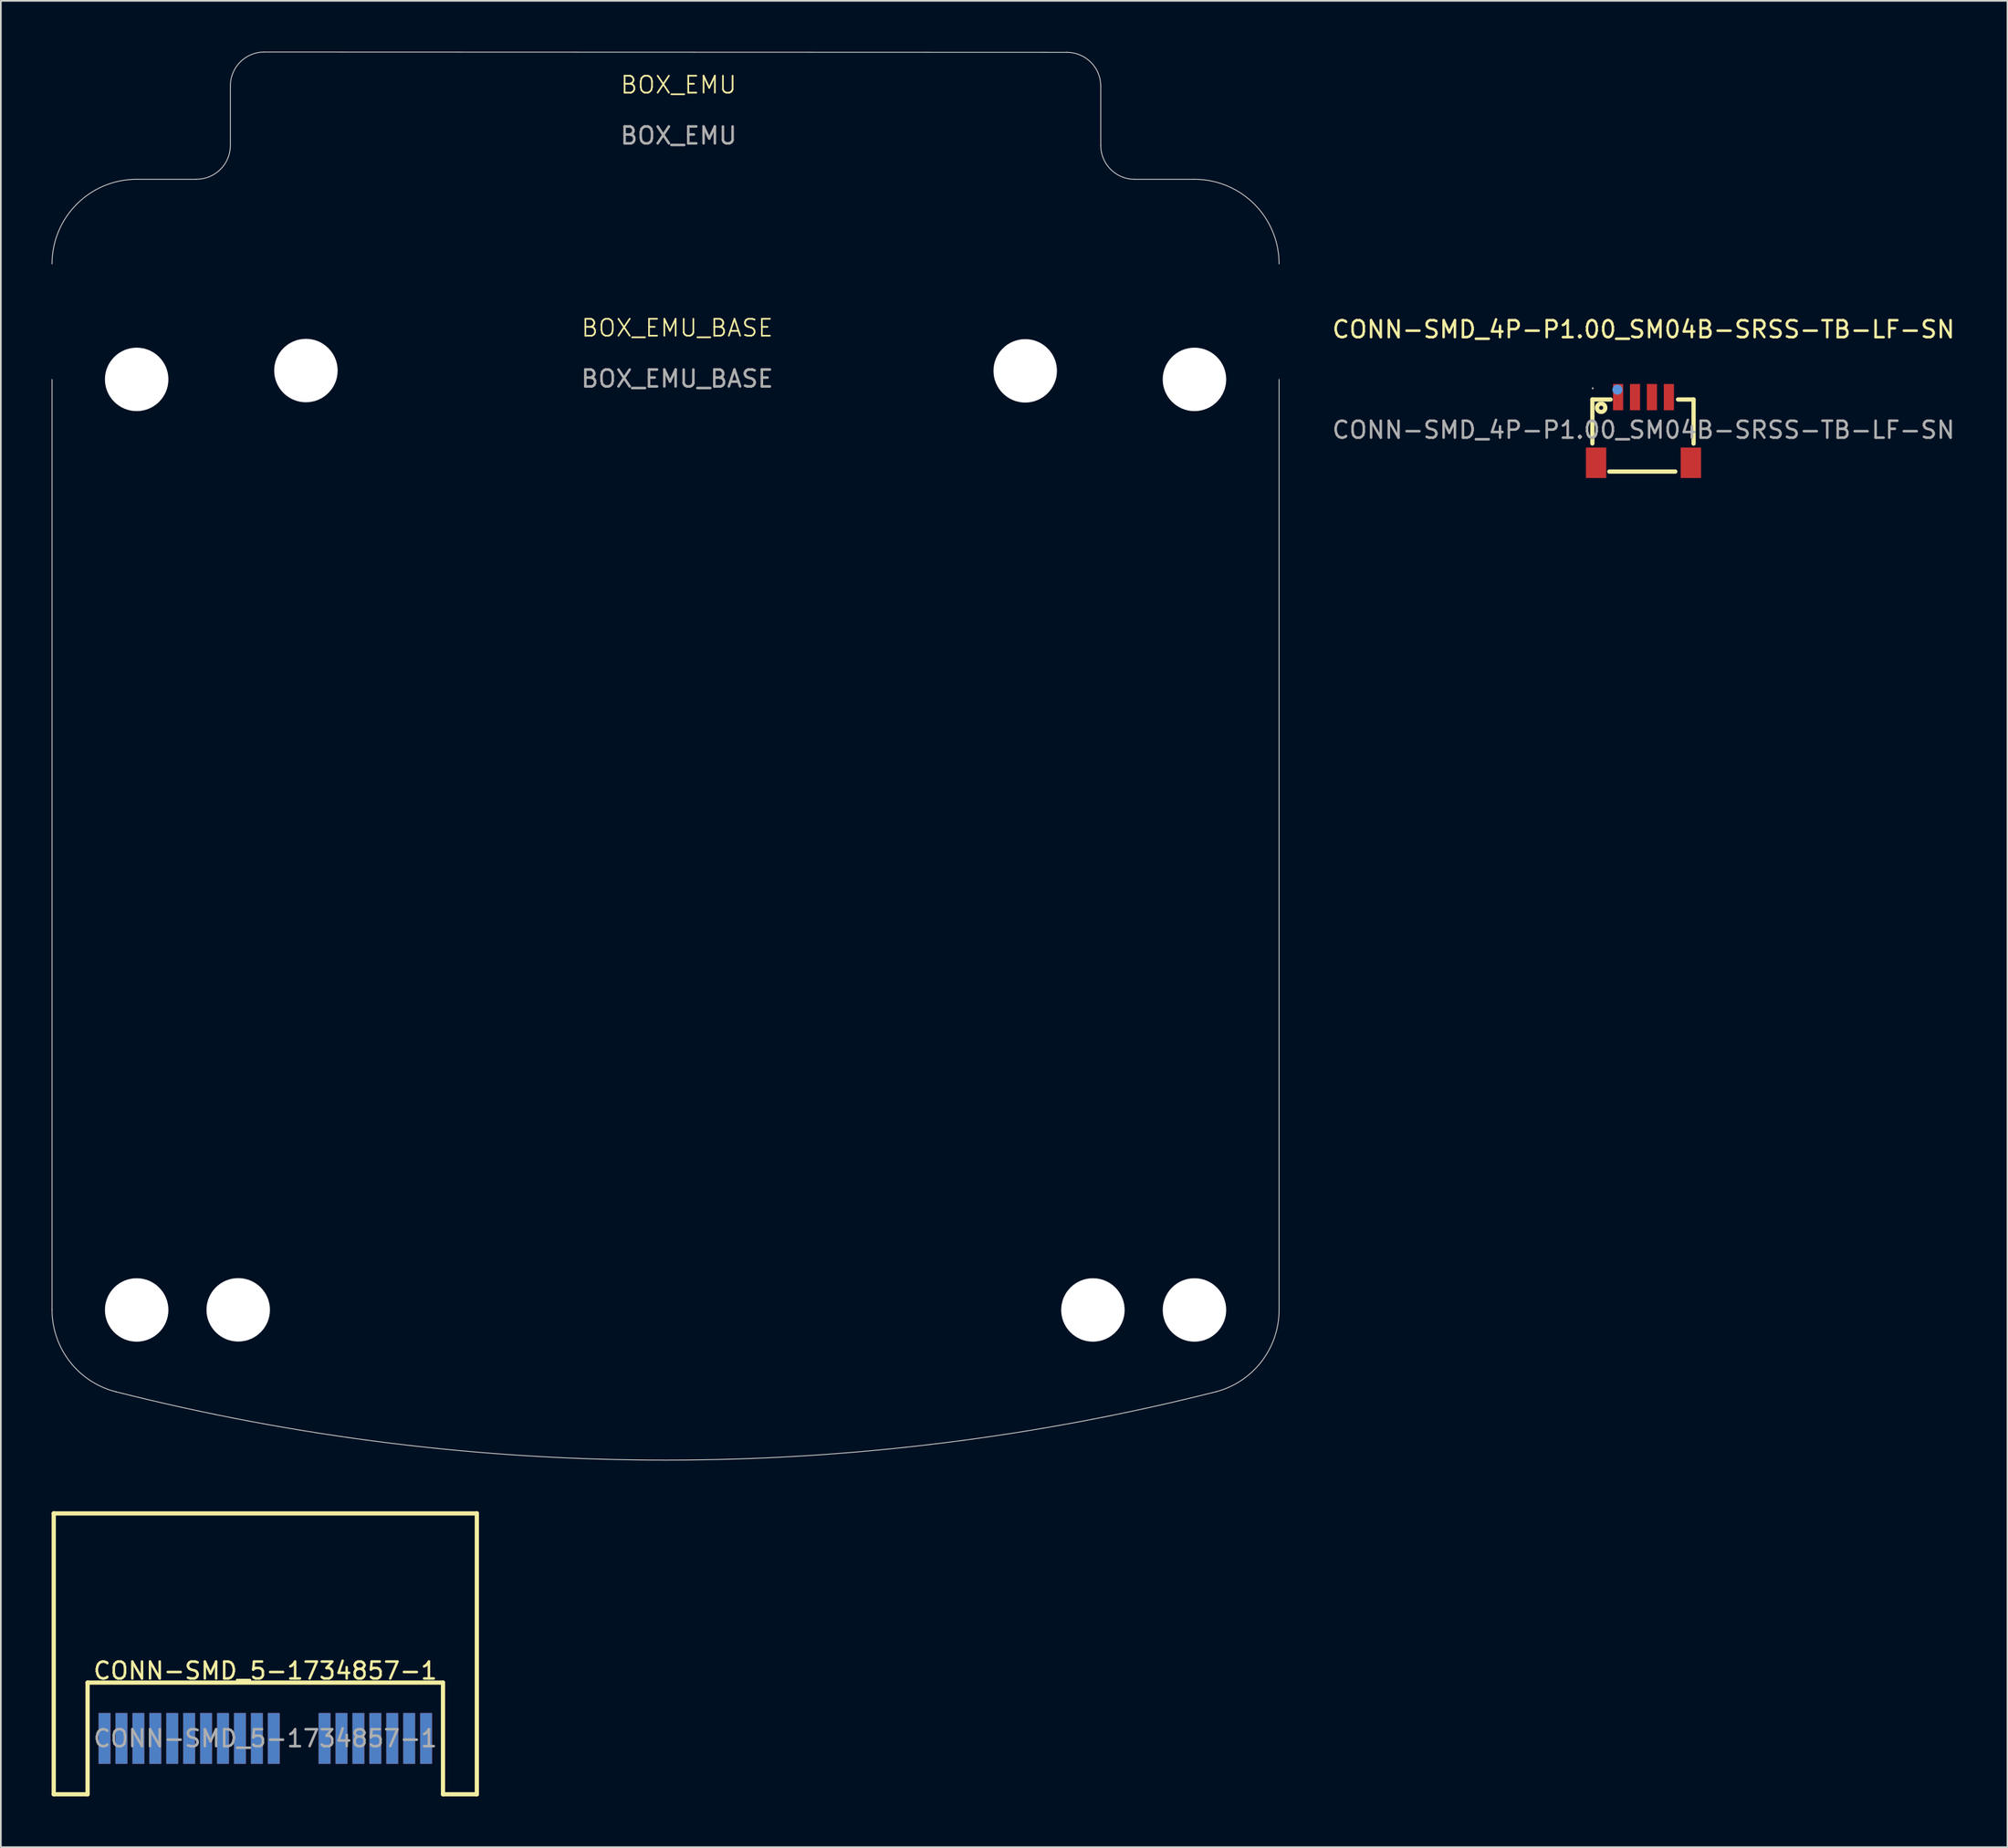
<source format=kicad_pcb>
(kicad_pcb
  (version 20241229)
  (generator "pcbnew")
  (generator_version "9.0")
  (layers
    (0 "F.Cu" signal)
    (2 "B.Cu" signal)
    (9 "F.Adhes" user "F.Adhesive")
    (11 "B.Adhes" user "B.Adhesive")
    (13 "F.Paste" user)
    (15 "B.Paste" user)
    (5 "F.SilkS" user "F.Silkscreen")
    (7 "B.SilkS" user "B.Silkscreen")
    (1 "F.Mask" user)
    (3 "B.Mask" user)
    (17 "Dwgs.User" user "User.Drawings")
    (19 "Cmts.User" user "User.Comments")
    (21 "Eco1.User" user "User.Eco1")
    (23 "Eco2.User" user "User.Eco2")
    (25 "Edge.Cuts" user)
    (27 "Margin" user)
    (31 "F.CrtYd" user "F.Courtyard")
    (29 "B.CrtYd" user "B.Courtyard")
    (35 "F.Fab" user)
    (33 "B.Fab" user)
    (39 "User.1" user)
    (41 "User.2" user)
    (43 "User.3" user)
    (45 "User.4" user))
  (footprint "BOX_EMU"
    (layer "F.Cu")
    (at 37.045 2.468)
    (property "Reference" "BOX_EMU" (at 0 -0.5 0) (unlocked yes) (layer "F.SilkS") (effects (font (size 1 1) (thickness 0.1))))
    (attr through_hole)
    (fp_line (start -32.02 5.08) (end -28.474 5.08) (stroke (width 0.05) (type solid)) (layer "Edge.Cuts"))
    (fp_line (start -26.484 -0.443) (end -26.484 3.076) (stroke (width 0.05) (type solid)) (layer "Edge.Cuts"))
    (fp_line (start 22.944 -2.424) (end -24.497 -2.443) (stroke (width 0.05) (type solid)) (layer "Edge.Cuts"))
    (fp_line (start 24.944 3.08) (end 24.944 -0.424) (stroke (width 0.05) (type solid)) (layer "Edge.Cuts"))
    (fp_line (start 30.48 5.08) (end 26.944 5.08) (stroke (width 0.05) (type solid)) (layer "Edge.Cuts"))
    (fp_arc (start -37.019991 10.079761) (mid -35.555556 6.54421) (end -32.020022 5.079733) (stroke (width 0.05) (type solid)) (layer "Edge.Cuts"))
    (fp_arc (start -26.48399 -0.443031) (mid -25.902836 -1.852753) (end -24.496959 -2.443149) (stroke (width 0.05) (type solid)) (layer "Edge.Cuts"))
    (fp_arc (start -26.48399 3.075641) (mid -27.064652 4.484685) (end -28.469422 5.075611) (stroke (width 0.05) (type solid)) (layer "Edge.Cuts"))
    (fp_arc (start 22.944209 -2.424199) (mid 24.358296 -1.838345) (end 24.94401 -0.424199) (stroke (width 0.05) (type solid)) (layer "Edge.Cuts"))
    (fp_arc (start 26.94401 5.080001) (mid 25.529799 4.494212) (end 24.94401 3.080001) (stroke (width 0.05) (type solid)) (layer "Edge.Cuts"))
    (fp_arc (start 30.48 5.08) (mid 34.01554 6.544457) (end 35.48001 10.079992) (stroke (width 0.05) (type solid)) (layer "Edge.Cuts"))
    (fp_text user "${REFERENCE}" (at 0 2.5 0) (unlocked yes) (layer "F.Fab") (effects (font (size 1 1) (thickness 0.15)))))
  (footprint "CONN-SMD_4P-P1.00_SM04B-SRSS-TB-LF-SN"
    (layer "F.Cu")
    (at 94.056 22.361)
    (property "Reference" "CONN-SMD_4P-P1.00_SM04B-SRSS-TB-LF-SN" (at 0 -5.94 0) (layer "F.SilkS") (effects (font (size 1 1) (thickness 0.15))))
    (attr smd)
    (fp_line (start -3.02 -1.8) (end -3.02 0.8) (stroke (width 0.25) (type solid)) (layer "F.SilkS"))
    (fp_line (start -2.02 2.46) (end 1.88 2.46) (stroke (width 0.25) (type solid)) (layer "F.SilkS"))
    (fp_line (start -1.94 -1.8) (end -3.02 -1.8) (stroke (width 0.25) (type solid)) (layer "F.SilkS"))
    (fp_line (start 2.04 -1.8) (end 2.96 -1.8) (stroke (width 0.25) (type solid)) (layer "F.SilkS"))
    (fp_line (start 2.96 -1.8) (end 2.96 0.81) (stroke (width 0.25) (type solid)) (layer "F.SilkS"))
    (fp_circle (center -2.5 -1.31) (end -2.38 -1.31) (stroke (width 0.25) (type solid)) (fill no) (layer "F.SilkS"))
    (fp_circle (center -1.54 -2.38) (end -1.39 -2.38) (stroke (width 0.3) (type solid)) (fill no) (layer "Cmts.User"))
    (fp_circle (center -3 -2.46) (end -2.97 -2.46) (stroke (width 0.06) (type solid)) (fill no) (layer "F.Fab"))
    (fp_text user "${REFERENCE}" (at 0 0 0) (layer "F.Fab") (effects (font (size 1 1) (thickness 0.15))))
    (pad "1" smd rect (at -1.5 -1.94) (size 0.6 1.55) (layers "F.Cu" "F.Mask" "F.Paste"))
    (pad "2" smd rect (at -0.5 -1.94) (size 0.6 1.55) (layers "F.Cu" "F.Mask" "F.Paste"))
    (pad "3" smd rect (at 0.5 -1.94) (size 0.6 1.55) (layers "F.Cu" "F.Mask" "F.Paste"))
    (pad "4" smd rect (at 1.5 -1.94) (size 0.6 1.55) (layers "F.Cu" "F.Mask" "F.Paste"))
    (pad "5" smd rect (at 2.8 1.94) (size 1.2 1.8) (layers "F.Cu" "F.Mask" "F.Paste"))
    (pad "6" smd rect (at -2.8 1.94) (size 1.2 1.8) (layers "F.Cu" "F.Mask" "F.Paste")))
  (footprint "BOX_EMU_BASE"
    (layer "F.Cu")
    (at 36.965 16.834)
    (property "Reference" "BOX_EMU_BASE" (at 0 -0.5 0) (unlocked yes) (layer "F.SilkS") (effects (font (size 1 1) (thickness 0.1))))
    (fp_line (start -36.94 2.54) (end -36.94 57.53) (stroke (width 0.05) (type solid)) (layer "Edge.Cuts"))
    (fp_line (start 35.56 57.537) (end 35.56 2.54) (stroke (width 0.05) (type solid)) (layer "Edge.Cuts"))
    (fp_arc (start -33.163661 62.377719) (mid -35.884512 60.602359) (end -36.94 57.529759) (stroke (width 0.05) (type solid)) (layer "Edge.Cuts"))
    (fp_arc (start 31.856609 62.368841) (mid -0.652974 66.414981) (end -33.16366 62.377719) (stroke (width 0.05) (type solid)) (layer "Edge.Cuts"))
    (fp_arc (start 35.56 57.537278) (mid 34.528359 60.58163) (end 31.856609 62.368841) (stroke (width 0.05) (type solid)) (layer "Edge.Cuts"))
    (fp_text user "${REFERENCE}" (at 0 2.5 0) (unlocked yes) (layer "F.Fab") (effects (font (size 1 1) (thickness 0.15))))
    (pad "" np_thru_hole circle (at -31.94 2.54) (size 3.75 3.75) (drill 3.75) (layers "*.Cu" "*.Mask"))
    (pad "" np_thru_hole circle (at -31.94 57.54) (size 3.75 3.75) (drill 3.75) (layers "*.Cu" "*.Mask"))
    (pad "" np_thru_hole circle (at -25.94 57.533) (size 3.75 3.75) (drill 3.75) (layers "*.Cu" "*.Mask"))
    (pad "" np_thru_hole circle (at -21.94 2.018) (size 3.75 3.75) (drill 3.75) (layers "*.Cu" "*.Mask"))
    (pad "" np_thru_hole circle (at 20.56 2.035) (size 3.75 3.75) (drill 3.75) (layers "*.Cu" "*.Mask"))
    (pad "" np_thru_hole circle (at 24.56 57.54) (size 3.75 3.75) (drill 3.75) (layers "*.Cu" "*.Mask"))
    (pad "" np_thru_hole circle (at 30.56 2.54) (size 3.75 3.75) (drill 3.75) (layers "*.Cu" "*.Mask"))
    (pad "" np_thru_hole circle (at 30.56 57.54) (size 3.75 3.75) (drill 3.75) (layers "*.Cu" "*.Mask")))
  (footprint "CONN-SMD_5-1734857-1"
    (layer "F.Cu")
    (at 12.625 99.699)
    (property "Reference" "CONN-SMD_5-1734857-1" (at 0 -4 0) (layer "F.SilkS") (effects (font (size 1 1) (thickness 0.15))))
    (attr through_hole)
    (fp_line (start -12.5 -13.3) (end -12.5 3.3) (stroke (width 0.25) (type solid)) (layer "F.SilkS"))
    (fp_line (start -12.5 3.3) (end -10.5 3.3) (stroke (width 0.25) (type solid)) (layer "F.SilkS"))
    (fp_line (start -10.5 3.3) (end -10.5 -3.3) (stroke (width 0.25) (type solid)) (layer "F.SilkS"))
    (fp_line (start 10.5 -3.3) (end -10.5 -3.3) (stroke (width 0.25) (type solid)) (layer "F.SilkS"))
    (fp_line (start 10.5 3.3) (end 10.5 -3.3) (stroke (width 0.25) (type solid)) (layer "F.SilkS"))
    (fp_line (start 12.5 -13.3) (end -12.5 -13.3) (stroke (width 0.25) (type solid)) (layer "F.SilkS"))
    (fp_line (start 12.5 -13.3) (end 12.5 3.3) (stroke (width 0.25) (type solid)) (layer "F.SilkS"))
    (fp_line (start 12.5 3.3) (end 10.5 3.3) (stroke (width 0.25) (type solid)) (layer "F.SilkS"))
    (fp_text user "${REFERENCE}" (at 0 0 0) (layer "F.Fab") (effects (font (size 1 1) (thickness 0.15))))
    (pad "A1" smd rect (at -9.5 0) (size 0.7 3) (layers "F.Cu" "F.Mask" "F.Paste"))
    (pad "A2" smd rect (at -8.5 0) (size 0.7 3) (layers "F.Cu" "F.Mask" "F.Paste"))
    (pad "A3" smd rect (at -7.5 0) (size 0.7 3) (layers "F.Cu" "F.Mask" "F.Paste"))
    (pad "A4" smd rect (at -6.5 0) (size 0.7 3) (layers "F.Cu" "F.Mask" "F.Paste"))
    (pad "A5" smd rect (at -5.5 0) (size 0.7 3) (layers "F.Cu" "F.Mask" "F.Paste"))
    (pad "A6" smd rect (at -4.5 0) (size 0.7 3) (layers "F.Cu" "F.Mask" "F.Paste"))
    (pad "A7" smd rect (at -3.5 0) (size 0.7 3) (layers "F.Cu" "F.Mask" "F.Paste"))
    (pad "A8" smd rect (at -2.5 0) (size 0.7 3) (layers "F.Cu" "F.Mask" "F.Paste"))
    (pad "A9" smd rect (at -1.5 0) (size 0.7 3) (layers "F.Cu" "F.Mask" "F.Paste"))
    (pad "A10" smd rect (at -0.5 0) (size 0.7 3) (layers "F.Cu" "F.Mask" "F.Paste"))
    (pad "A11" smd rect (at 0.5 0) (size 0.7 3) (layers "F.Cu" "F.Mask" "F.Paste"))
    (pad "A12" smd rect (at 3.5 0) (size 0.7 3) (layers "F.Cu" "F.Mask" "F.Paste"))
    (pad "A13" smd rect (at 4.5 0) (size 0.7 3) (layers "F.Cu" "F.Mask" "F.Paste"))
    (pad "A14" smd rect (at 5.5 0) (size 0.7 3) (layers "F.Cu" "F.Mask" "F.Paste"))
    (pad "A15" smd rect (at 6.5 0) (size 0.7 3) (layers "F.Cu" "F.Mask" "F.Paste"))
    (pad "A16" smd rect (at 7.5 0) (size 0.7 3) (layers "F.Cu" "F.Mask" "F.Paste"))
    (pad "A17" smd rect (at 8.5 0) (size 0.7 3) (layers "F.Cu" "F.Mask" "F.Paste"))
    (pad "A18" smd rect (at 9.5 0) (size 0.7 3) (layers "F.Cu" "F.Mask" "F.Paste"))
    (pad "B1" smd rect (at -9.5 0) (size 0.7 3) (layers "B.Cu" "B.Mask" "B.Paste"))
    (pad "B2" smd rect (at -8.5 0) (size 0.7 3) (layers "B.Cu" "B.Mask" "B.Paste"))
    (pad "B3" smd rect (at -7.5 0) (size 0.7 3) (layers "B.Cu" "B.Mask" "B.Paste"))
    (pad "B4" smd rect (at -6.5 0) (size 0.7 3) (layers "B.Cu" "B.Mask" "B.Paste"))
    (pad "B5" smd rect (at -5.5 0) (size 0.7 3) (layers "B.Cu" "B.Mask" "B.Paste"))
    (pad "B6" smd rect (at -4.5 0) (size 0.7 3) (layers "B.Cu" "B.Mask" "B.Paste"))
    (pad "B7" smd rect (at -3.5 0) (size 0.7 3) (layers "B.Cu" "B.Mask" "B.Paste"))
    (pad "B8" smd rect (at -2.5 0) (size 0.7 3) (layers "B.Cu" "B.Mask" "B.Paste"))
    (pad "B9" smd rect (at -1.5 0) (size 0.7 3) (layers "B.Cu" "B.Mask" "B.Paste"))
    (pad "B10" smd rect (at -0.5 0) (size 0.7 3) (layers "B.Cu" "B.Mask" "B.Paste"))
    (pad "B11" smd rect (at 0.5 0) (size 0.7 3) (layers "B.Cu" "B.Mask" "B.Paste"))
    (pad "B12" smd rect (at 3.5 0) (size 0.7 3) (layers "B.Cu" "B.Mask" "B.Paste"))
    (pad "B13" smd rect (at 4.5 0) (size 0.7 3) (layers "B.Cu" "B.Mask" "B.Paste"))
    (pad "B14" smd rect (at 5.5 0) (size 0.7 3) (layers "B.Cu" "B.Mask" "B.Paste"))
    (pad "B15" smd rect (at 6.5 0) (size 0.7 3) (layers "B.Cu" "B.Mask" "B.Paste"))
    (pad "B16" smd rect (at 7.5 0) (size 0.7 3) (layers "B.Cu" "B.Mask" "B.Paste"))
    (pad "B17" smd rect (at 8.5 0) (size 0.7 3) (layers "B.Cu" "B.Mask" "B.Paste"))
    (pad "B18" smd rect (at 9.5 0) (size 0.7 3) (layers "B.Cu" "B.Mask" "B.Paste")))
  (gr_rect
    (start -3 -3)
    (end 115.562 106.124)
    (stroke (width 0.1) (type default))
    (fill no)
    (layer "Edge.Cuts")))
</source>
